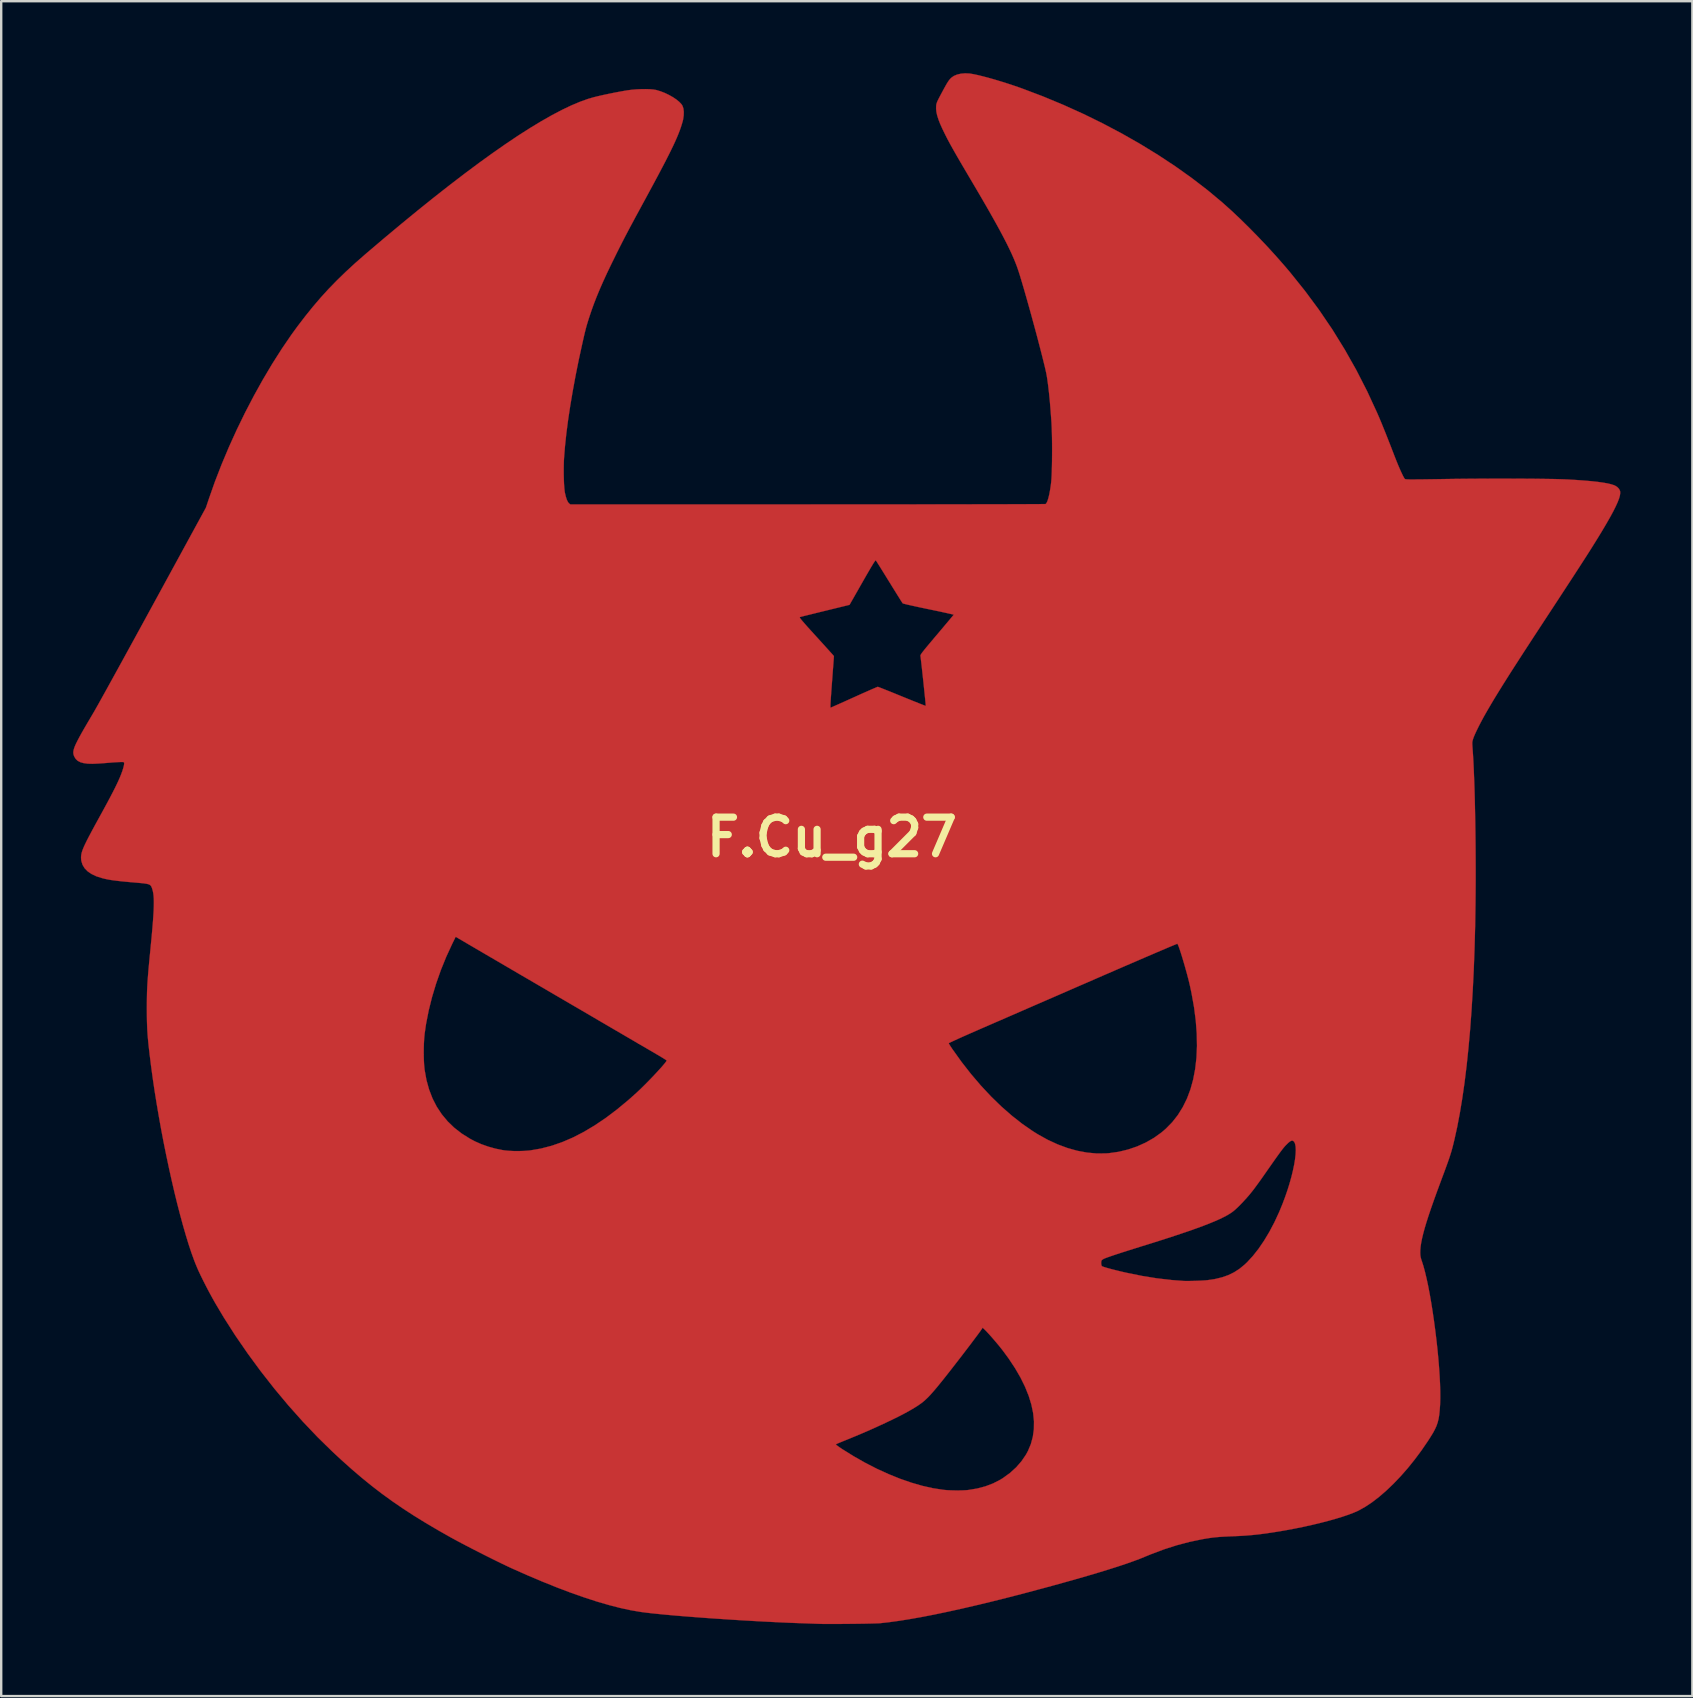
<source format=kicad_pcb>
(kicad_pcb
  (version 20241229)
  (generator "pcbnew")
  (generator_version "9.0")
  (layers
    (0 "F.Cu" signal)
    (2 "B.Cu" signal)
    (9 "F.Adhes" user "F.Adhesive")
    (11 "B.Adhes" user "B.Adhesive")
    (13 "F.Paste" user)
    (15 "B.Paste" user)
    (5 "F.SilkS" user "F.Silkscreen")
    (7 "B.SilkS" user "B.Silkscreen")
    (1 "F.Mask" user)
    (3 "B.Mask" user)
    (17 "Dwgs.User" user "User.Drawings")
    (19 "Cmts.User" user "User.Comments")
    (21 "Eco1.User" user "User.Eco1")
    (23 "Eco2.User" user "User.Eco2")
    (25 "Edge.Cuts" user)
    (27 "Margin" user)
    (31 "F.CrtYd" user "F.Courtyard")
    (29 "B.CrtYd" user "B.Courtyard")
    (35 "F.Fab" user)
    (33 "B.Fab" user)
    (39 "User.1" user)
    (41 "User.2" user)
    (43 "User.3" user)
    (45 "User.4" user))
  (footprint "F.Cu_g27"
    (layer "F.Cu")
    (at 31.609 31.83)
    (property "Reference" "F.Cu_g27" (at 0 0 0) (layer "F.SilkS") (effects (font (size 1.524 1.524) (thickness 0.3))))
    (attr through_hole)
    (fp_poly (pts (xy 5.739 -31.816) (xy 5.755 -31.814) (xy 5.901 -31.789) (xy 6.081 -31.751) (xy 6.289 -31.7) (xy 6.521 -31.639) (xy 6.772 -31.568) (xy 7.035 -31.489) (xy 7.305 -31.404) (xy 7.578 -31.314) (xy 7.847 -31.221) (xy 7.948 -31.185) (xy 8.8 -30.862) (xy 9.643 -30.511) (xy 10.473 -30.136) (xy 11.286 -29.737) (xy 12.081 -29.317) (xy 12.853 -28.877) (xy 13.6 -28.418) (xy 14.318 -27.944) (xy 15.004 -27.455) (xy 15.656 -26.954) (xy 16.269 -26.442) (xy 16.298 -26.416) (xy 16.647 -26.103) (xy 17.011 -25.76) (xy 17.384 -25.393) (xy 17.76 -25.01) (xy 18.134 -24.616) (xy 18.497 -24.218) (xy 18.845 -23.822) (xy 19.08 -23.546) (xy 19.708 -22.763) (xy 20.298 -21.966) (xy 20.851 -21.152) (xy 21.367 -20.317) (xy 21.85 -19.461) (xy 22.301 -18.579) (xy 22.721 -17.67) (xy 22.828 -17.421) (xy 22.894 -17.264) (xy 22.973 -17.069) (xy 23.066 -16.839) (xy 23.17 -16.575) (xy 23.286 -16.28) (xy 23.411 -15.956) (xy 23.463 -15.822) (xy 23.533 -15.645) (xy 23.603 -15.475) (xy 23.671 -15.318) (xy 23.734 -15.18) (xy 23.789 -15.066) (xy 23.834 -14.981) (xy 23.864 -14.936) (xy 23.871 -14.928) (xy 23.88 -14.922) (xy 23.896 -14.917) (xy 23.921 -14.913) (xy 23.956 -14.909) (xy 24.006 -14.907) (xy 24.073 -14.905) (xy 24.16 -14.905) (xy 24.269 -14.905) (xy 24.403 -14.906) (xy 24.565 -14.907) (xy 24.758 -14.91) (xy 24.985 -14.913) (xy 25.247 -14.917) (xy 25.549 -14.922) (xy 25.616 -14.923) (xy 25.963 -14.928) (xy 26.323 -14.932) (xy 26.692 -14.935) (xy 27.067 -14.937) (xy 27.443 -14.939) (xy 27.818 -14.939) (xy 28.187 -14.939) (xy 28.547 -14.938) (xy 28.894 -14.936) (xy 29.225 -14.934) (xy 29.535 -14.93) (xy 29.822 -14.926) (xy 30.081 -14.922) (xy 30.309 -14.916) (xy 30.502 -14.91) (xy 30.656 -14.903) (xy 30.66 -14.903) (xy 31.029 -14.881) (xy 31.358 -14.857) (xy 31.649 -14.832) (xy 31.902 -14.804) (xy 32.119 -14.774) (xy 32.303 -14.742) (xy 32.455 -14.707) (xy 32.576 -14.669) (xy 32.619 -14.652) (xy 32.717 -14.593) (xy 32.793 -14.515) (xy 32.837 -14.428) (xy 32.84 -14.415) (xy 32.845 -14.336) (xy 32.831 -14.234) (xy 32.796 -14.111) (xy 32.739 -13.962) (xy 32.66 -13.788) (xy 32.559 -13.585) (xy 32.434 -13.354) (xy 32.284 -13.091) (xy 32.169 -12.895) (xy 32.089 -12.761) (xy 32.008 -12.627) (xy 31.924 -12.49) (xy 31.836 -12.347) (xy 31.742 -12.197) (xy 31.642 -12.036) (xy 31.533 -11.864) (xy 31.414 -11.678) (xy 31.283 -11.475) (xy 31.14 -11.253) (xy 30.983 -11.011) (xy 30.81 -10.745) (xy 30.619 -10.453) (xy 30.411 -10.134) (xy 30.182 -9.784) (xy 29.932 -9.403) (xy 29.838 -9.26) (xy 29.552 -8.823) (xy 29.287 -8.419) (xy 29.044 -8.046) (xy 28.82 -7.702) (xy 28.615 -7.384) (xy 28.426 -7.091) (xy 28.253 -6.821) (xy 28.095 -6.571) (xy 27.949 -6.339) (xy 27.815 -6.123) (xy 27.691 -5.922) (xy 27.576 -5.733) (xy 27.469 -5.553) (xy 27.368 -5.381) (xy 27.271 -5.215) (xy 27.269 -5.211) (xy 27.154 -5.007) (xy 27.047 -4.808) (xy 26.949 -4.619) (xy 26.864 -4.446) (xy 26.794 -4.295) (xy 26.742 -4.172) (xy 26.724 -4.121) (xy 26.702 -4.052) (xy 26.688 -3.996) (xy 26.681 -3.94) (xy 26.681 -3.873) (xy 26.686 -3.782) (xy 26.691 -3.713) (xy 26.71 -3.442) (xy 26.728 -3.132) (xy 26.744 -2.787) (xy 26.759 -2.41) (xy 26.773 -2.005) (xy 26.785 -1.577) (xy 26.795 -1.128) (xy 26.804 -0.661) (xy 26.811 -0.182) (xy 26.817 0.307) (xy 26.82 0.802) (xy 26.822 1.3) (xy 26.822 1.796) (xy 26.819 2.288) (xy 26.815 2.741) (xy 26.8 3.702) (xy 26.775 4.632) (xy 26.742 5.531) (xy 26.699 6.398) (xy 26.648 7.232) (xy 26.589 8.032) (xy 26.52 8.797) (xy 26.444 9.526) (xy 26.359 10.219) (xy 26.265 10.874) (xy 26.163 11.49) (xy 26.053 12.068) (xy 25.935 12.604) (xy 25.884 12.815) (xy 25.858 12.916) (xy 25.832 13.013) (xy 25.804 13.11) (xy 25.773 13.211) (xy 25.738 13.32) (xy 25.696 13.444) (xy 25.646 13.585) (xy 25.587 13.748) (xy 25.517 13.939) (xy 25.434 14.161) (xy 25.364 14.351) (xy 25.213 14.758) (xy 25.079 15.129) (xy 24.961 15.466) (xy 24.858 15.771) (xy 24.77 16.046) (xy 24.696 16.294) (xy 24.636 16.516) (xy 24.588 16.716) (xy 24.552 16.896) (xy 24.528 17.057) (xy 24.515 17.202) (xy 24.512 17.314) (xy 24.517 17.421) (xy 24.535 17.521) (xy 24.569 17.635) (xy 24.576 17.653) (xy 24.643 17.862) (xy 24.71 18.109) (xy 24.777 18.39) (xy 24.843 18.7) (xy 24.907 19.034) (xy 24.969 19.389) (xy 25.028 19.76) (xy 25.084 20.142) (xy 25.136 20.532) (xy 25.184 20.924) (xy 25.227 21.314) (xy 25.264 21.699) (xy 25.295 22.073) (xy 25.319 22.432) (xy 25.337 22.772) (xy 25.346 23.088) (xy 25.347 23.376) (xy 25.34 23.632) (xy 25.338 23.67) (xy 25.322 23.887) (xy 25.303 24.073) (xy 25.276 24.236) (xy 25.239 24.384) (xy 25.19 24.526) (xy 25.125 24.669) (xy 25.042 24.823) (xy 24.937 24.994) (xy 24.831 25.159) (xy 24.562 25.552) (xy 24.281 25.929) (xy 23.992 26.288) (xy 23.696 26.625) (xy 23.397 26.938) (xy 23.097 27.225) (xy 22.8 27.482) (xy 22.507 27.708) (xy 22.221 27.898) (xy 21.946 28.052) (xy 21.921 28.064) (xy 21.741 28.143) (xy 21.524 28.226) (xy 21.274 28.31) (xy 20.993 28.396) (xy 20.688 28.482) (xy 20.362 28.566) (xy 20.019 28.649) (xy 19.664 28.728) (xy 19.3 28.802) (xy 18.933 28.871) (xy 18.7 28.912) (xy 18.37 28.965) (xy 18.071 29.009) (xy 17.794 29.045) (xy 17.528 29.073) (xy 17.266 29.095) (xy 16.995 29.112) (xy 16.708 29.125) (xy 16.705 29.125) (xy 16.49 29.134) (xy 16.308 29.143) (xy 16.151 29.153) (xy 16.01 29.165) (xy 15.876 29.179) (xy 15.739 29.198) (xy 15.592 29.221) (xy 15.425 29.25) (xy 15.399 29.255) (xy 14.893 29.361) (xy 14.372 29.499) (xy 13.843 29.668) (xy 13.315 29.866) (xy 13.07 29.966) (xy 12.841 30.06) (xy 12.576 30.159) (xy 12.275 30.266) (xy 11.936 30.379) (xy 11.559 30.499) (xy 11.143 30.627) (xy 10.688 30.762) (xy 10.192 30.905) (xy 9.656 31.056) (xy 9.599 31.072) (xy 8.83 31.283) (xy 8.089 31.481) (xy 7.375 31.666) (xy 6.69 31.838) (xy 6.035 31.996) (xy 5.411 32.141) (xy 4.82 32.271) (xy 4.261 32.388) (xy 3.737 32.49) (xy 3.247 32.577) (xy 2.794 32.649) (xy 2.379 32.706) (xy 2.021 32.746) (xy 1.958 32.75) (xy 1.858 32.754) (xy 1.726 32.758) (xy 1.567 32.762) (xy 1.386 32.766) (xy 1.189 32.769) (xy 0.98 32.772) (xy 0.765 32.774) (xy 0.55 32.776) (xy 0.338 32.778) (xy 0.136 32.779) (xy -0.052 32.779) (xy -0.22 32.779) (xy -0.363 32.778) (xy -0.476 32.776) (xy -0.519 32.774) (xy -0.589 32.772) (xy -0.695 32.768) (xy -0.828 32.763) (xy -0.981 32.758) (xy -1.148 32.752) (xy -1.319 32.746) (xy -1.355 32.745) (xy -1.729 32.731) (xy -2.121 32.714) (xy -2.527 32.694) (xy -2.944 32.673) (xy -3.369 32.649) (xy -3.798 32.624) (xy -4.226 32.597) (xy -4.652 32.569) (xy -5.071 32.541) (xy -5.48 32.511) (xy -5.875 32.481) (xy -6.252 32.451) (xy -6.609 32.421) (xy -6.941 32.391) (xy -7.245 32.361) (xy -7.518 32.333) (xy -7.756 32.305) (xy -7.956 32.279) (xy -7.969 32.277) (xy -8.38 32.207) (xy -8.823 32.111) (xy -9.295 31.989) (xy -9.797 31.843) (xy -10.325 31.671) (xy -10.88 31.476) (xy -11.459 31.257) (xy -12.06 31.015) (xy -12.684 30.751) (xy -13.327 30.465) (xy -13.388 30.437) (xy -13.556 30.358) (xy -13.755 30.263) (xy -13.978 30.154) (xy -14.218 30.035) (xy -14.468 29.91) (xy -14.723 29.781) (xy -14.975 29.652) (xy -15.217 29.527) (xy -15.444 29.408) (xy -15.647 29.299) (xy -15.822 29.204) (xy -15.845 29.192) (xy -16.401 28.877) (xy -16.922 28.57) (xy -17.412 28.268) (xy -17.878 27.965) (xy -18.323 27.66) (xy -18.754 27.347) (xy -19.175 27.023) (xy -19.592 26.684) (xy -20.01 26.327) (xy -20.434 25.948) (xy -20.801 25.607) (xy -21.12 25.295) (xy 0.163 25.295) (xy 0.174 25.31) (xy 0.215 25.344) (xy 0.282 25.393) (xy 0.367 25.452) (xy 0.438 25.499) (xy 0.915 25.796) (xy 1.397 26.069) (xy 1.881 26.317) (xy 2.364 26.537) (xy 2.841 26.73) (xy 3.309 26.892) (xy 3.765 27.024) (xy 4.206 27.123) (xy 4.627 27.188) (xy 4.699 27.196) (xy 4.834 27.207) (xy 4.992 27.213) (xy 5.161 27.217) (xy 5.33 27.216) (xy 5.487 27.212) (xy 5.619 27.204) (xy 5.673 27.199) (xy 6.049 27.137) (xy 6.397 27.045) (xy 6.72 26.922) (xy 7.019 26.768) (xy 7.128 26.701) (xy 7.419 26.489) (xy 7.677 26.255) (xy 7.899 26) (xy 8.085 25.727) (xy 8.168 25.575) (xy 8.29 25.285) (xy 8.372 24.981) (xy 8.416 24.663) (xy 8.42 24.333) (xy 8.385 23.991) (xy 8.311 23.637) (xy 8.199 23.273) (xy 8.048 22.898) (xy 7.859 22.514) (xy 7.631 22.121) (xy 7.366 21.721) (xy 7.122 21.389) (xy 7.031 21.273) (xy 6.926 21.144) (xy 6.813 21.01) (xy 6.699 20.877) (xy 6.589 20.752) (xy 6.489 20.643) (xy 6.407 20.556) (xy 6.371 20.521) (xy 6.282 20.436) (xy 6.247 20.488) (xy 6.193 20.567) (xy 6.115 20.674) (xy 6.016 20.807) (xy 5.901 20.96) (xy 5.773 21.131) (xy 5.633 21.314) (xy 5.486 21.507) (xy 5.335 21.704) (xy 5.182 21.901) (xy 5.031 22.096) (xy 4.885 22.283) (xy 4.747 22.458) (xy 4.62 22.618) (xy 4.507 22.758) (xy 4.412 22.875) (xy 4.375 22.92) (xy 4.225 23.096) (xy 4.094 23.244) (xy 3.972 23.369) (xy 3.854 23.479) (xy 3.732 23.577) (xy 3.598 23.672) (xy 3.447 23.768) (xy 3.27 23.872) (xy 3.207 23.909) (xy 3.008 24.017) (xy 2.775 24.138) (xy 2.513 24.267) (xy 2.228 24.403) (xy 1.925 24.543) (xy 1.61 24.685) (xy 1.288 24.825) (xy 0.964 24.962) (xy 0.646 25.093) (xy 0.514 25.146) (xy 0.395 25.195) (xy 0.295 25.236) (xy 0.219 25.269) (xy 0.174 25.289) (xy 0.163 25.295) (xy -21.12 25.295) (xy -21.424 24.998) (xy -22.039 24.351) (xy -22.643 23.674) (xy -23.231 22.97) (xy -23.798 22.246) (xy -24.341 21.507) (xy -24.856 20.759) (xy -25.337 20.006) (xy -25.686 19.42) (xy -25.81 19.2) (xy -25.938 18.966) (xy -26.064 18.726) (xy -26.184 18.49) (xy -26.295 18.265) (xy -26.391 18.061) (xy -26.458 17.908) (xy -26.541 17.703) (xy 11.22 17.703) (xy 11.22 17.773) (xy 11.231 17.836) (xy 11.248 17.87) (xy 11.28 17.887) (xy 11.349 17.911) (xy 11.449 17.941) (xy 11.576 17.977) (xy 11.726 18.016) (xy 11.892 18.058) (xy 12.071 18.101) (xy 12.258 18.144) (xy 12.277 18.148) (xy 12.916 18.278) (xy 13.534 18.378) (xy 14.139 18.449) (xy 14.637 18.487) (xy 14.729 18.49) (xy 14.852 18.49) (xy 14.996 18.488) (xy 15.151 18.484) (xy 15.305 18.478) (xy 15.448 18.471) (xy 15.569 18.463) (xy 15.653 18.455) (xy 15.973 18.406) (xy 16.26 18.336) (xy 16.52 18.244) (xy 16.759 18.127) (xy 16.982 17.983) (xy 17.195 17.808) (xy 17.291 17.718) (xy 17.535 17.454) (xy 17.774 17.152) (xy 18.005 16.813) (xy 18.227 16.442) (xy 18.439 16.041) (xy 18.637 15.613) (xy 18.773 15.282) (xy 18.883 14.991) (xy 18.982 14.703) (xy 19.07 14.421) (xy 19.146 14.149) (xy 19.209 13.889) (xy 19.26 13.645) (xy 19.297 13.421) (xy 19.32 13.218) (xy 19.328 13.041) (xy 19.321 12.892) (xy 19.299 12.774) (xy 19.26 12.691) (xy 19.244 12.673) (xy 19.2 12.645) (xy 19.15 12.645) (xy 19.088 12.675) (xy 19.011 12.737) (xy 18.934 12.813) (xy 18.894 12.854) (xy 18.853 12.9) (xy 18.808 12.954) (xy 18.757 13.019) (xy 18.698 13.097) (xy 18.628 13.192) (xy 18.546 13.306) (xy 18.448 13.443) (xy 18.334 13.606) (xy 18.2 13.797) (xy 18.044 14.02) (xy 18.027 14.044) (xy 17.93 14.183) (xy 17.827 14.328) (xy 17.725 14.468) (xy 17.632 14.595) (xy 17.552 14.701) (xy 17.521 14.741) (xy 17.409 14.881) (xy 17.283 15.026) (xy 17.151 15.171) (xy 17.02 15.309) (xy 16.895 15.433) (xy 16.783 15.535) (xy 16.703 15.601) (xy 16.597 15.674) (xy 16.47 15.751) (xy 16.32 15.83) (xy 16.147 15.914) (xy 15.948 16.002) (xy 15.722 16.095) (xy 15.467 16.194) (xy 15.181 16.299) (xy 14.864 16.411) (xy 14.513 16.53) (xy 14.127 16.658) (xy 13.704 16.794) (xy 13.243 16.94) (xy 12.89 17.049) (xy 12.574 17.148) (xy 12.289 17.238) (xy 12.038 17.318) (xy 11.822 17.389) (xy 11.641 17.45) (xy 11.498 17.5) (xy 11.392 17.539) (xy 11.326 17.568) (xy 11.321 17.57) (xy 11.269 17.603) (xy 11.235 17.636) (xy 11.232 17.643) (xy 11.22 17.703) (xy -26.541 17.703) (xy -26.568 17.634) (xy -26.682 17.32) (xy -26.798 16.971) (xy -26.915 16.588) (xy -27.034 16.176) (xy -27.153 15.738) (xy -27.273 15.275) (xy -27.391 14.793) (xy -27.507 14.293) (xy -27.621 13.778) (xy -27.732 13.253) (xy -27.84 12.72) (xy -27.943 12.181) (xy -28.04 11.641) (xy -28.132 11.102) (xy -28.218 10.568) (xy -28.296 10.041) (xy -28.366 9.524) (xy -28.383 9.387) (xy -28.419 9.097) (xy -28.424 9.053) (xy -17.005 9.053) (xy -17 9.277) (xy -16.989 9.484) (xy -16.972 9.661) (xy -16.968 9.694) (xy -16.892 10.117) (xy -16.782 10.513) (xy -16.64 10.883) (xy -16.464 11.227) (xy -16.254 11.545) (xy -16.011 11.837) (xy -15.735 12.104) (xy -15.424 12.346) (xy -15.08 12.562) (xy -14.87 12.673) (xy -14.608 12.789) (xy -14.321 12.891) (xy -14.024 12.974) (xy -13.732 13.034) (xy -13.644 13.048) (xy -13.463 13.066) (xy -13.255 13.076) (xy -13.037 13.077) (xy -12.821 13.071) (xy -12.625 13.056) (xy -12.558 13.048) (xy -12.119 12.972) (xy -11.677 12.857) (xy -11.232 12.703) (xy -10.784 12.51) (xy -10.331 12.276) (xy -9.874 12.003) (xy -9.411 11.69) (xy -8.942 11.335) (xy -8.466 10.94) (xy -8.136 10.645) (xy -8.023 10.539) (xy -7.9 10.42) (xy -7.771 10.292) (xy -7.64 10.159) (xy -7.509 10.024) (xy -7.382 9.89) (xy -7.263 9.762) (xy -7.154 9.642) (xy -7.059 9.535) (xy -6.982 9.444) (xy -6.925 9.372) (xy -6.892 9.324) (xy -6.886 9.304) (xy -6.906 9.287) (xy -6.956 9.253) (xy -7.032 9.205) (xy -7.127 9.147) (xy -7.236 9.082) (xy -7.241 9.079) (xy -7.309 9.04) (xy -7.41 8.98) (xy -7.542 8.903) (xy -7.701 8.81) (xy -7.884 8.703) (xy -8.087 8.585) (xy 4.868 8.585) (xy 4.88 8.61) (xy 4.911 8.663) (xy 4.957 8.735) (xy 5.013 8.82) (xy 5.019 8.828) (xy 5.402 9.363) (xy 5.799 9.871) (xy 6.209 10.351) (xy 6.628 10.8) (xy 7.056 11.216) (xy 7.49 11.597) (xy 7.928 11.941) (xy 8.368 12.246) (xy 8.58 12.379) (xy 8.991 12.607) (xy 9.404 12.798) (xy 9.817 12.951) (xy 10.228 13.066) (xy 10.634 13.141) (xy 11.034 13.178) (xy 11.425 13.174) (xy 11.543 13.165) (xy 11.946 13.108) (xy 12.339 13.013) (xy 12.718 12.884) (xy 13.079 12.721) (xy 13.418 12.527) (xy 13.732 12.302) (xy 13.912 12.148) (xy 14.179 11.876) (xy 14.415 11.575) (xy 14.62 11.245) (xy 14.796 10.887) (xy 14.94 10.502) (xy 15.054 10.09) (xy 15.137 9.652) (xy 15.19 9.188) (xy 15.211 8.699) (xy 15.202 8.186) (xy 15.161 7.648) (xy 15.089 7.087) (xy 14.985 6.504) (xy 14.92 6.198) (xy 14.886 6.051) (xy 14.845 5.888) (xy 14.799 5.713) (xy 14.749 5.532) (xy 14.698 5.349) (xy 14.645 5.169) (xy 14.594 4.999) (xy 14.545 4.842) (xy 14.5 4.703) (xy 14.46 4.588) (xy 14.427 4.503) (xy 14.403 4.45) (xy 14.395 4.439) (xy 14.374 4.446) (xy 14.317 4.469) (xy 14.225 4.507) (xy 14.099 4.559) (xy 13.943 4.625) (xy 13.758 4.704) (xy 13.546 4.794) (xy 13.309 4.896) (xy 13.049 5.007) (xy 12.768 5.129) (xy 12.468 5.258) (xy 12.15 5.395) (xy 11.818 5.539) (xy 11.472 5.689) (xy 11.115 5.844) (xy 10.974 5.906) (xy 10.588 6.074) (xy 10.198 6.243) (xy 9.807 6.414) (xy 9.419 6.583) (xy 9.035 6.75) (xy 8.659 6.913) (xy 8.296 7.071) (xy 7.946 7.223) (xy 7.615 7.368) (xy 7.304 7.503) (xy 7.017 7.628) (xy 6.758 7.74) (xy 6.529 7.84) (xy 6.333 7.925) (xy 6.218 7.975) (xy 5.993 8.074) (xy 5.779 8.167) (xy 5.581 8.255) (xy 5.4 8.335) (xy 5.241 8.407) (xy 5.106 8.469) (xy 4.998 8.519) (xy 4.921 8.556) (xy 4.877 8.578) (xy 4.868 8.585) (xy -8.087 8.585) (xy -8.089 8.584) (xy -8.311 8.454) (xy -8.549 8.315) (xy -8.798 8.169) (xy -9.056 8.019) (xy -9.319 7.865) (xy -9.43 7.8) (xy -9.739 7.62) (xy -10.074 7.423) (xy -10.43 7.215) (xy -10.799 7) (xy -11.175 6.78) (xy -11.551 6.561) (xy -11.919 6.345) (xy -12.274 6.138) (xy -12.608 5.943) (xy -12.915 5.764) (xy -13.018 5.704) (xy -13.279 5.551) (xy -13.539 5.399) (xy -13.793 5.25) (xy -14.038 5.107) (xy -14.271 4.971) (xy -14.488 4.844) (xy -14.686 4.728) (xy -14.862 4.625) (xy -15.011 4.538) (xy -15.131 4.468) (xy -15.217 4.417) (xy -15.219 4.416) (xy -15.674 4.15) (xy -15.817 4.44) (xy -16.066 4.98) (xy -16.291 5.535) (xy -16.49 6.099) (xy -16.66 6.665) (xy -16.8 7.227) (xy -16.908 7.777) (xy -16.968 8.191) (xy -16.986 8.38) (xy -16.998 8.593) (xy -17.004 8.821) (xy -17.005 9.053) (xy -28.424 9.053) (xy -28.449 8.842) (xy -28.474 8.615) (xy -28.494 8.409) (xy -28.51 8.218) (xy -28.522 8.035) (xy -28.53 7.852) (xy -28.536 7.664) (xy -28.539 7.462) (xy -28.54 7.241) (xy -28.541 7.144) (xy -28.54 6.963) (xy -28.539 6.797) (xy -28.537 6.643) (xy -28.534 6.496) (xy -28.529 6.351) (xy -28.522 6.203) (xy -28.513 6.049) (xy -28.501 5.883) (xy -28.487 5.701) (xy -28.47 5.498) (xy -28.449 5.27) (xy -28.425 5.013) (xy -28.396 4.721) (xy -28.374 4.487) (xy -28.339 4.13) (xy -28.311 3.812) (xy -28.288 3.531) (xy -28.27 3.283) (xy -28.257 3.065) (xy -28.25 2.875) (xy -28.248 2.711) (xy -28.251 2.568) (xy -28.26 2.445) (xy -28.273 2.339) (xy -28.291 2.246) (xy -28.311 2.171) (xy -28.333 2.105) (xy -28.356 2.053) (xy -28.384 2.012) (xy -28.424 1.981) (xy -28.48 1.958) (xy -28.558 1.94) (xy -28.663 1.924) (xy -28.8 1.91) (xy -28.967 1.895) (xy -29.223 1.873) (xy -29.441 1.853) (xy -29.627 1.834) (xy -29.786 1.816) (xy -29.922 1.799) (xy -30.041 1.782) (xy -30.146 1.764) (xy -30.244 1.744) (xy -30.339 1.722) (xy -30.416 1.702) (xy -30.65 1.627) (xy -30.848 1.532) (xy -31.01 1.421) (xy -31.135 1.292) (xy -31.222 1.146) (xy -31.271 0.985) (xy -31.279 0.914) (xy -31.282 0.851) (xy -31.28 0.787) (xy -31.271 0.721) (xy -31.256 0.649) (xy -31.231 0.569) (xy -31.197 0.476) (xy -31.151 0.369) (xy -31.092 0.245) (xy -31.02 0.099) (xy -30.932 -0.07) (xy -30.828 -0.266) (xy -30.706 -0.492) (xy -30.564 -0.75) (xy -30.511 -0.847) (xy -30.348 -1.144) (xy -30.205 -1.408) (xy -30.08 -1.642) (xy -29.972 -1.849) (xy -29.879 -2.031) (xy -29.799 -2.194) (xy -29.731 -2.338) (xy -29.674 -2.468) (xy -29.667 -2.484) (xy -29.607 -2.633) (xy -29.556 -2.774) (xy -29.518 -2.901) (xy -29.493 -3.005) (xy -29.485 -3.074) (xy -29.487 -3.106) (xy -29.499 -3.123) (xy -29.532 -3.131) (xy -29.594 -3.132) (xy -29.617 -3.132) (xy -29.695 -3.13) (xy -29.799 -3.125) (xy -29.914 -3.118) (xy -29.993 -3.112) (xy -30.109 -3.102) (xy -30.25 -3.091) (xy -30.4 -3.08) (xy -30.541 -3.07) (xy -30.556 -3.069) (xy -30.798 -3.058) (xy -31.003 -3.063) (xy -31.173 -3.086) (xy -31.312 -3.125) (xy -31.422 -3.183) (xy -31.504 -3.26) (xy -31.562 -3.354) (xy -31.583 -3.405) (xy -31.597 -3.455) (xy -31.604 -3.509) (xy -31.603 -3.567) (xy -31.591 -3.634) (xy -31.569 -3.711) (xy -31.535 -3.801) (xy -31.487 -3.907) (xy -31.425 -4.031) (xy -31.348 -4.177) (xy -31.254 -4.347) (xy -31.142 -4.543) (xy -31.011 -4.768) (xy -30.859 -5.025) (xy -30.752 -5.207) (xy -30.712 -5.276) (xy -30.653 -5.381) (xy -30.575 -5.518) (xy -30.481 -5.687) (xy -30.371 -5.885) (xy -30.246 -6.11) (xy -30.108 -6.36) (xy -29.957 -6.634) (xy -29.795 -6.928) (xy -29.622 -7.242) (xy -29.441 -7.573) (xy -29.251 -7.919) (xy -29.054 -8.278) (xy -28.851 -8.649) (xy -28.644 -9.028) (xy -28.572 -9.16) (xy -1.341 -9.16) (xy -1.331 -9.138) (xy -1.306 -9.102) (xy -1.264 -9.049) (xy -1.203 -8.977) (xy -1.122 -8.884) (xy -1.019 -8.767) (xy -0.891 -8.625) (xy -0.737 -8.455) (xy -0.645 -8.354) (xy -0.503 -8.198) (xy -0.371 -8.053) (xy -0.251 -7.92) (xy -0.144 -7.802) (xy -0.055 -7.703) (xy 0.014 -7.626) (xy 0.061 -7.573) (xy 0.083 -7.547) (xy 0.085 -7.545) (xy 0.083 -7.523) (xy 0.079 -7.463) (xy 0.072 -7.369) (xy 0.063 -7.245) (xy 0.052 -7.096) (xy 0.039 -6.925) (xy 0.025 -6.738) (xy 0.011 -6.547) (xy -0.008 -6.296) (xy -0.024 -6.084) (xy -0.036 -5.907) (xy -0.046 -5.764) (xy -0.053 -5.649) (xy -0.058 -5.561) (xy -0.061 -5.495) (xy -0.061 -5.45) (xy -0.06 -5.42) (xy -0.057 -5.404) (xy -0.052 -5.398) (xy -0.05 -5.397) (xy -0.028 -5.406) (xy 0.028 -5.43) (xy 0.115 -5.469) (xy 0.23 -5.52) (xy 0.368 -5.581) (xy 0.526 -5.652) (xy 0.701 -5.731) (xy 0.888 -5.815) (xy 0.924 -5.831) (xy 1.113 -5.917) (xy 1.291 -5.997) (xy 1.454 -6.069) (xy 1.598 -6.133) (xy 1.72 -6.186) (xy 1.815 -6.227) (xy 1.88 -6.254) (xy 1.911 -6.265) (xy 1.913 -6.265) (xy 1.937 -6.258) (xy 1.997 -6.235) (xy 2.089 -6.2) (xy 2.208 -6.152) (xy 2.351 -6.095) (xy 2.514 -6.03) (xy 2.692 -5.957) (xy 2.883 -5.879) (xy 2.922 -5.863) (xy 3.114 -5.785) (xy 3.294 -5.712) (xy 3.458 -5.646) (xy 3.603 -5.588) (xy 3.724 -5.54) (xy 3.818 -5.504) (xy 3.881 -5.48) (xy 3.91 -5.471) (xy 3.911 -5.471) (xy 3.911 -5.492) (xy 3.906 -5.551) (xy 3.897 -5.642) (xy 3.886 -5.761) (xy 3.871 -5.902) (xy 3.855 -6.06) (xy 3.837 -6.231) (xy 3.819 -6.41) (xy 3.799 -6.592) (xy 3.78 -6.771) (xy 3.761 -6.944) (xy 3.744 -7.104) (xy 3.727 -7.247) (xy 3.713 -7.369) (xy 3.702 -7.464) (xy 3.694 -7.528) (xy 3.691 -7.547) (xy 3.69 -7.563) (xy 3.694 -7.583) (xy 3.706 -7.609) (xy 3.727 -7.643) (xy 3.759 -7.689) (xy 3.806 -7.75) (xy 3.868 -7.828) (xy 3.948 -7.925) (xy 4.049 -8.046) (xy 4.172 -8.192) (xy 4.319 -8.367) (xy 4.375 -8.432) (xy 4.51 -8.592) (xy 4.637 -8.743) (xy 4.752 -8.88) (xy 4.854 -9.001) (xy 4.94 -9.104) (xy 5.007 -9.184) (xy 5.052 -9.239) (xy 5.074 -9.266) (xy 5.075 -9.268) (xy 5.056 -9.275) (xy 4.999 -9.29) (xy 4.909 -9.311) (xy 4.789 -9.338) (xy 4.642 -9.37) (xy 4.474 -9.407) (xy 4.287 -9.446) (xy 4.086 -9.488) (xy 4.027 -9.5) (xy 3.822 -9.543) (xy 3.628 -9.584) (xy 3.451 -9.623) (xy 3.295 -9.657) (xy 3.163 -9.687) (xy 3.059 -9.712) (xy 2.988 -9.73) (xy 2.953 -9.742) (xy 2.95 -9.743) (xy 2.935 -9.766) (xy 2.899 -9.821) (xy 2.846 -9.905) (xy 2.778 -10.014) (xy 2.696 -10.145) (xy 2.604 -10.293) (xy 2.503 -10.456) (xy 2.396 -10.63) (xy 2.392 -10.636) (xy 2.284 -10.81) (xy 2.183 -10.974) (xy 2.09 -11.124) (xy 2.008 -11.255) (xy 1.938 -11.366) (xy 1.885 -11.451) (xy 1.848 -11.507) (xy 1.831 -11.532) (xy 1.831 -11.532) (xy 1.822 -11.532) (xy 1.805 -11.516) (xy 1.779 -11.482) (xy 1.742 -11.428) (xy 1.694 -11.35) (xy 1.632 -11.247) (xy 1.555 -11.115) (xy 1.461 -10.954) (xy 1.349 -10.759) (xy 1.27 -10.62) (xy 0.735 -9.681) (xy -0.283 -9.432) (xy -0.485 -9.383) (xy -0.675 -9.336) (xy -0.849 -9.293) (xy -1.003 -9.255) (xy -1.133 -9.223) (xy -1.234 -9.197) (xy -1.304 -9.179) (xy -1.336 -9.17) (xy -1.338 -9.169) (xy -1.341 -9.16) (xy -28.572 -9.16) (xy -28.433 -9.415) (xy -28.262 -9.727) (xy -26.08 -13.728) (xy -25.96 -14.087) (xy -25.708 -14.803) (xy -25.428 -15.526) (xy -25.123 -16.251) (xy -24.796 -16.972) (xy -24.449 -17.685) (xy -24.085 -18.384) (xy -23.707 -19.064) (xy -23.317 -19.721) (xy -22.918 -20.348) (xy -22.512 -20.942) (xy -22.264 -21.283) (xy -21.941 -21.705) (xy -21.621 -22.102) (xy -21.299 -22.479) (xy -20.967 -22.843) (xy -20.62 -23.2) (xy -20.253 -23.556) (xy -19.86 -23.918) (xy -19.434 -24.291) (xy -19.405 -24.316) (xy -18.658 -24.951) (xy -17.935 -25.554) (xy -17.238 -26.126) (xy -16.566 -26.665) (xy -15.919 -27.173) (xy -15.297 -27.649) (xy -14.701 -28.093) (xy -14.13 -28.505) (xy -13.585 -28.885) (xy -13.066 -29.233) (xy -12.572 -29.548) (xy -12.105 -29.831) (xy -11.663 -30.082) (xy -11.248 -30.3) (xy -10.859 -30.486) (xy -10.497 -30.639) (xy -10.161 -30.759) (xy -9.925 -30.828) (xy -9.75 -30.871) (xy -9.545 -30.918) (xy -9.32 -30.966) (xy -9.086 -31.014) (xy -8.855 -31.058) (xy -8.639 -31.097) (xy -8.509 -31.118) (xy -8.332 -31.141) (xy -8.143 -31.157) (xy -7.951 -31.166) (xy -7.764 -31.168) (xy -7.59 -31.163) (xy -7.441 -31.151) (xy -7.323 -31.131) (xy -7.316 -31.13) (xy -7.138 -31.076) (xy -6.958 -31.006) (xy -6.784 -30.922) (xy -6.621 -30.83) (xy -6.476 -30.732) (xy -6.356 -30.633) (xy -6.265 -30.536) (xy -6.223 -30.469) (xy -6.186 -30.359) (xy -6.17 -30.22) (xy -6.175 -30.063) (xy -6.199 -29.898) (xy -6.22 -29.813) (xy -6.256 -29.691) (xy -6.296 -29.566) (xy -6.343 -29.435) (xy -6.397 -29.295) (xy -6.459 -29.146) (xy -6.531 -28.983) (xy -6.614 -28.804) (xy -6.709 -28.608) (xy -6.817 -28.392) (xy -6.939 -28.152) (xy -7.077 -27.888) (xy -7.232 -27.595) (xy -7.404 -27.273) (xy -7.596 -26.918) (xy -7.747 -26.638) (xy -7.903 -26.352) (xy -8.04 -26.098) (xy -8.162 -25.874) (xy -8.269 -25.674) (xy -8.365 -25.496) (xy -8.451 -25.335) (xy -8.529 -25.187) (xy -8.602 -25.048) (xy -8.671 -24.915) (xy -8.739 -24.782) (xy -8.808 -24.646) (xy -8.88 -24.504) (xy -8.957 -24.35) (xy -9.003 -24.257) (xy -9.198 -23.86) (xy -9.373 -23.495) (xy -9.529 -23.155) (xy -9.668 -22.838) (xy -9.793 -22.537) (xy -9.906 -22.248) (xy -10.008 -21.966) (xy -10.082 -21.749) (xy -10.128 -21.608) (xy -10.166 -21.487) (xy -10.2 -21.376) (xy -10.231 -21.269) (xy -10.26 -21.158) (xy -10.291 -21.035) (xy -10.325 -20.892) (xy -10.363 -20.723) (xy -10.402 -20.55) (xy -10.549 -19.877) (xy -10.681 -19.219) (xy -10.799 -18.579) (xy -10.903 -17.962) (xy -10.992 -17.371) (xy -11.065 -16.808) (xy -11.121 -16.278) (xy -11.156 -15.845) (xy -11.166 -15.674) (xy -11.171 -15.487) (xy -11.173 -15.29) (xy -11.172 -15.091) (xy -11.167 -14.898) (xy -11.16 -14.719) (xy -11.149 -14.561) (xy -11.136 -14.431) (xy -11.124 -14.353) (xy -11.084 -14.185) (xy -11.04 -14.051) (xy -10.992 -13.956) (xy -10.95 -13.907) (xy -10.895 -13.864) (xy -1.008 -13.864) (xy -0.363 -13.865) (xy 0.271 -13.865) (xy 0.894 -13.865) (xy 1.503 -13.865) (xy 2.098 -13.865) (xy 2.676 -13.866) (xy 3.238 -13.866) (xy 3.781 -13.867) (xy 4.304 -13.867) (xy 4.806 -13.868) (xy 5.286 -13.868) (xy 5.741 -13.869) (xy 6.172 -13.87) (xy 6.576 -13.871) (xy 6.953 -13.871) (xy 7.301 -13.872) (xy 7.618 -13.873) (xy 7.903 -13.874) (xy 8.156 -13.875) (xy 8.374 -13.876) (xy 8.557 -13.877) (xy 8.702 -13.878) (xy 8.81 -13.879) (xy 8.878 -13.88) (xy 8.905 -13.881) (xy 8.905 -13.881) (xy 8.943 -13.926) (xy 8.982 -14.009) (xy 9.019 -14.127) (xy 9.056 -14.277) (xy 9.089 -14.454) (xy 9.12 -14.656) (xy 9.137 -14.796) (xy 9.147 -14.913) (xy 9.156 -15.067) (xy 9.163 -15.251) (xy 9.168 -15.458) (xy 9.172 -15.683) (xy 9.174 -15.92) (xy 9.175 -16.162) (xy 9.174 -16.403) (xy 9.171 -16.637) (xy 9.166 -16.858) (xy 9.16 -17.06) (xy 9.151 -17.237) (xy 9.148 -17.293) (xy 9.115 -17.748) (xy 9.081 -18.161) (xy 9.044 -18.532) (xy 9.005 -18.863) (xy 8.964 -19.152) (xy 8.951 -19.23) (xy 8.932 -19.331) (xy 8.902 -19.468) (xy 8.862 -19.639) (xy 8.813 -19.838) (xy 8.757 -20.062) (xy 8.694 -20.307) (xy 8.626 -20.569) (xy 8.554 -20.845) (xy 8.478 -21.129) (xy 8.399 -21.419) (xy 8.32 -21.71) (xy 8.24 -21.999) (xy 8.161 -22.281) (xy 8.084 -22.552) (xy 8.01 -22.81) (xy 7.94 -23.048) (xy 7.875 -23.265) (xy 7.817 -23.456) (xy 7.77 -23.601) (xy 7.714 -23.765) (xy 7.648 -23.937) (xy 7.572 -24.121) (xy 7.486 -24.317) (xy 7.386 -24.528) (xy 7.274 -24.756) (xy 7.146 -25.003) (xy 7.004 -25.271) (xy 6.844 -25.563) (xy 6.667 -25.879) (xy 6.471 -26.224) (xy 6.255 -26.597) (xy 6.018 -27.002) (xy 5.783 -27.4) (xy 5.614 -27.687) (xy 5.464 -27.942) (xy 5.332 -28.167) (xy 5.216 -28.367) (xy 5.115 -28.544) (xy 5.025 -28.702) (xy 4.946 -28.845) (xy 4.874 -28.977) (xy 4.809 -29.099) (xy 4.749 -29.217) (xy 4.71 -29.295) (xy 4.595 -29.531) (xy 4.504 -29.736) (xy 4.435 -29.917) (xy 4.385 -30.076) (xy 4.355 -30.218) (xy 4.342 -30.348) (xy 4.344 -30.454) (xy 4.348 -30.503) (xy 4.356 -30.548) (xy 4.371 -30.596) (xy 4.393 -30.654) (xy 4.427 -30.726) (xy 4.475 -30.82) (xy 4.539 -30.941) (xy 4.58 -31.018) (xy 4.665 -31.176) (xy 4.734 -31.301) (xy 4.79 -31.399) (xy 4.838 -31.475) (xy 4.88 -31.535) (xy 4.919 -31.583) (xy 4.96 -31.626) (xy 4.97 -31.636) (xy 5.078 -31.714) (xy 5.217 -31.773) (xy 5.378 -31.81) (xy 5.555 -31.825) (xy 5.739 -31.816)) (stroke (width 0.01) (type solid)) (fill yes) (layer "F.Cu")))
  (gr_rect
    (start -3 -3)
    (end 67.46 67.614)
    (stroke (width 0.1) (type default))
    (fill no)
    (layer "Edge.Cuts")))
</source>
